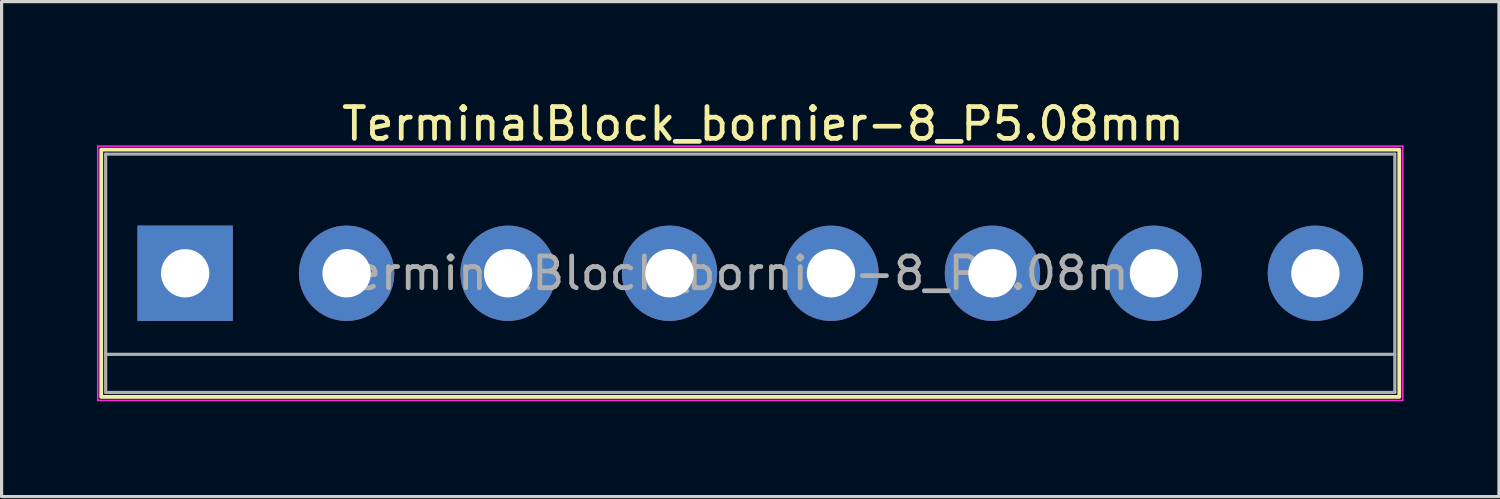
<source format=kicad_pcb>
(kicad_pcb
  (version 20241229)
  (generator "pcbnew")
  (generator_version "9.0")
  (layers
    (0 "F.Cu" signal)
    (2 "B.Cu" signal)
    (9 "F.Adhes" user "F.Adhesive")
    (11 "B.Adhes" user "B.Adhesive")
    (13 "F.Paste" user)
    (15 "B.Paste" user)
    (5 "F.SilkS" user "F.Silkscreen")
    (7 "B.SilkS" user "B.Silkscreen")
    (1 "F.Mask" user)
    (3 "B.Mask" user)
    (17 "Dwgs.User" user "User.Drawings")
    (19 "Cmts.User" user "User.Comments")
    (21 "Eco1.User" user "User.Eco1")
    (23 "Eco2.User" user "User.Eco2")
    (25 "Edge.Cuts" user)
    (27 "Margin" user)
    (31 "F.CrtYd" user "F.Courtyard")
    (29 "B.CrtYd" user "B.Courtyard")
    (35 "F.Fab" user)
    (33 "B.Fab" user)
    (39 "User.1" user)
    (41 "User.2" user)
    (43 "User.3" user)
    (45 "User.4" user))
  (footprint "TerminalBlock_bornier-8_P5.08mm"
    (layer "F.Cu")
    (at 2.775 5.548)
    (property "Reference" "TerminalBlock_bornier-8_P5.08mm" (at 18.18 -4.7 0) (layer "F.SilkS") (effects (font (size 1 1) (thickness 0.15))))
    (attr through_hole)
    (fp_rect (start -2.64 -3.89) (end 38.2 3.89) (stroke (width 0.12) (type default)) (fill no) (layer "F.SilkS"))
    (fp_line (start -2.75 -4) (end -2.75 4) (stroke (width 0.05) (type solid)) (layer "F.CrtYd"))
    (fp_line (start -2.75 -4) (end 38.31 -4) (stroke (width 0.05) (type solid)) (layer "F.CrtYd"))
    (fp_line (start 38.31 4) (end -2.75 4) (stroke (width 0.05) (type solid)) (layer "F.CrtYd"))
    (fp_line (start 38.31 4) (end 38.31 -4) (stroke (width 0.05) (type solid)) (layer "F.CrtYd"))
    (fp_line (start -2.5 -3.75) (end -2.5 3.75) (stroke (width 0.1) (type solid)) (layer "F.Fab"))
    (fp_line (start -2.5 2.55) (end 38.06 2.55) (stroke (width 0.1) (type solid)) (layer "F.Fab"))
    (fp_line (start -2.5 3.75) (end 38.06 3.75) (stroke (width 0.1) (type solid)) (layer "F.Fab"))
    (fp_line (start 38.06 -3.75) (end -2.5 -3.75) (stroke (width 0.1) (type solid)) (layer "F.Fab"))
    (fp_line (start 38.06 3.75) (end 38.06 -3.75) (stroke (width 0.1) (type solid)) (layer "F.Fab"))
    (fp_text user "${REFERENCE}" (at 17.78 0 0) (layer "F.Fab") (effects (font (size 1 1) (thickness 0.15))))
    (pad "1" thru_hole rect (at 0 0) (size 3 3) (drill 1.52) (layers "*.Cu" "*.Mask"))
    (pad "2" thru_hole circle (at 5.08 0) (size 3 3) (drill 1.52) (layers "*.Cu" "*.Mask"))
    (pad "3" thru_hole circle (at 10.16 0) (size 3 3) (drill 1.52) (layers "*.Cu" "*.Mask"))
    (pad "4" thru_hole circle (at 15.24 0) (size 3 3) (drill 1.52) (layers "*.Cu" "*.Mask"))
    (pad "5" thru_hole circle (at 20.32 0) (size 3 3) (drill 1.52) (layers "*.Cu" "*.Mask"))
    (pad "6" thru_hole circle (at 25.4 0) (size 3 3) (drill 1.52) (layers "*.Cu" "*.Mask"))
    (pad "7" thru_hole circle (at 30.48 0) (size 3 3) (drill 1.52) (layers "*.Cu" "*.Mask"))
    (pad "8" thru_hole circle (at 35.56 0) (size 3 3) (drill 1.52) (layers "*.Cu" "*.Mask")))
  (gr_rect
    (start -3 -3)
    (end 44.11 12.573)
    (stroke (width 0.1) (type default))
    (fill no)
    (layer "Edge.Cuts")))
</source>
